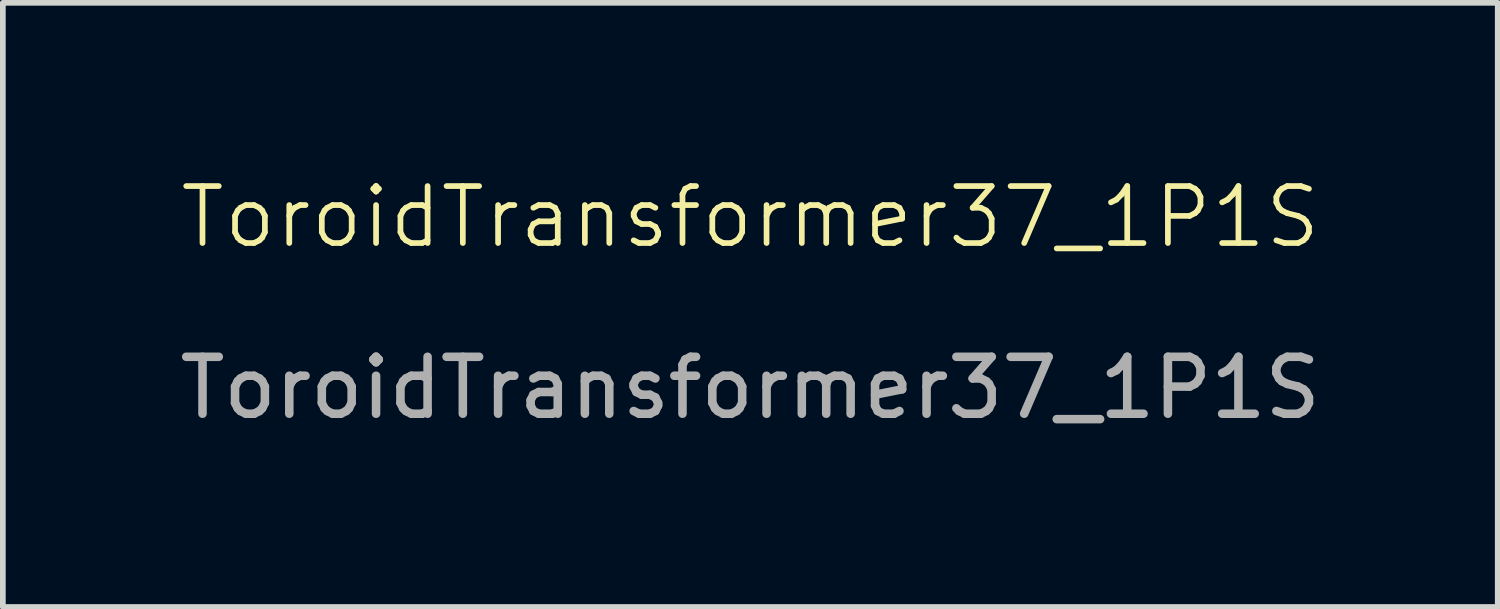
<source format=kicad_pcb>
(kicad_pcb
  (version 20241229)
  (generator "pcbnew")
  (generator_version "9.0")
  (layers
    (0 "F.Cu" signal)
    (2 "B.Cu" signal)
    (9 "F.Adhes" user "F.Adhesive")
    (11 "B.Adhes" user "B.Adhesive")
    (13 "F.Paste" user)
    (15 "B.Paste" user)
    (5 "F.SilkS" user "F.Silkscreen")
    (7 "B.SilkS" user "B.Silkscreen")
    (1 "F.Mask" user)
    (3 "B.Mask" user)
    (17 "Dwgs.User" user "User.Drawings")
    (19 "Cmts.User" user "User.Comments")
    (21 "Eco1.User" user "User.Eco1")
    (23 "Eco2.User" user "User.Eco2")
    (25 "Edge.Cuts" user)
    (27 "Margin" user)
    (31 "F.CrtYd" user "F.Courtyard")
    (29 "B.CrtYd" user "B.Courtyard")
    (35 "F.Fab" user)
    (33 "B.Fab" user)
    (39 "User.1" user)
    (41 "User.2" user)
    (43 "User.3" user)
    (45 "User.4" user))
  (footprint "ToroidTransformer37_1P1S"
    (layer "F.Cu")
    (at 10.125 1.26)
    (property "Reference" "ToroidTransformer37_1P1S" (at 0 -0.5 0) (unlocked yes) (layer "F.SilkS") (effects (font (size 1 1) (thickness 0.1))))
    (attr through_hole)
    (fp_text user "${REFERENCE}" (at 0 2.5 0) (unlocked yes) (layer "F.Fab") (effects (font (size 1 1) (thickness 0.15)))))
  (gr_rect
    (start -3 -3)
    (end 23.25 7.609)
    (stroke (width 0.1) (type default))
    (fill no)
    (layer "Edge.Cuts")))
</source>
